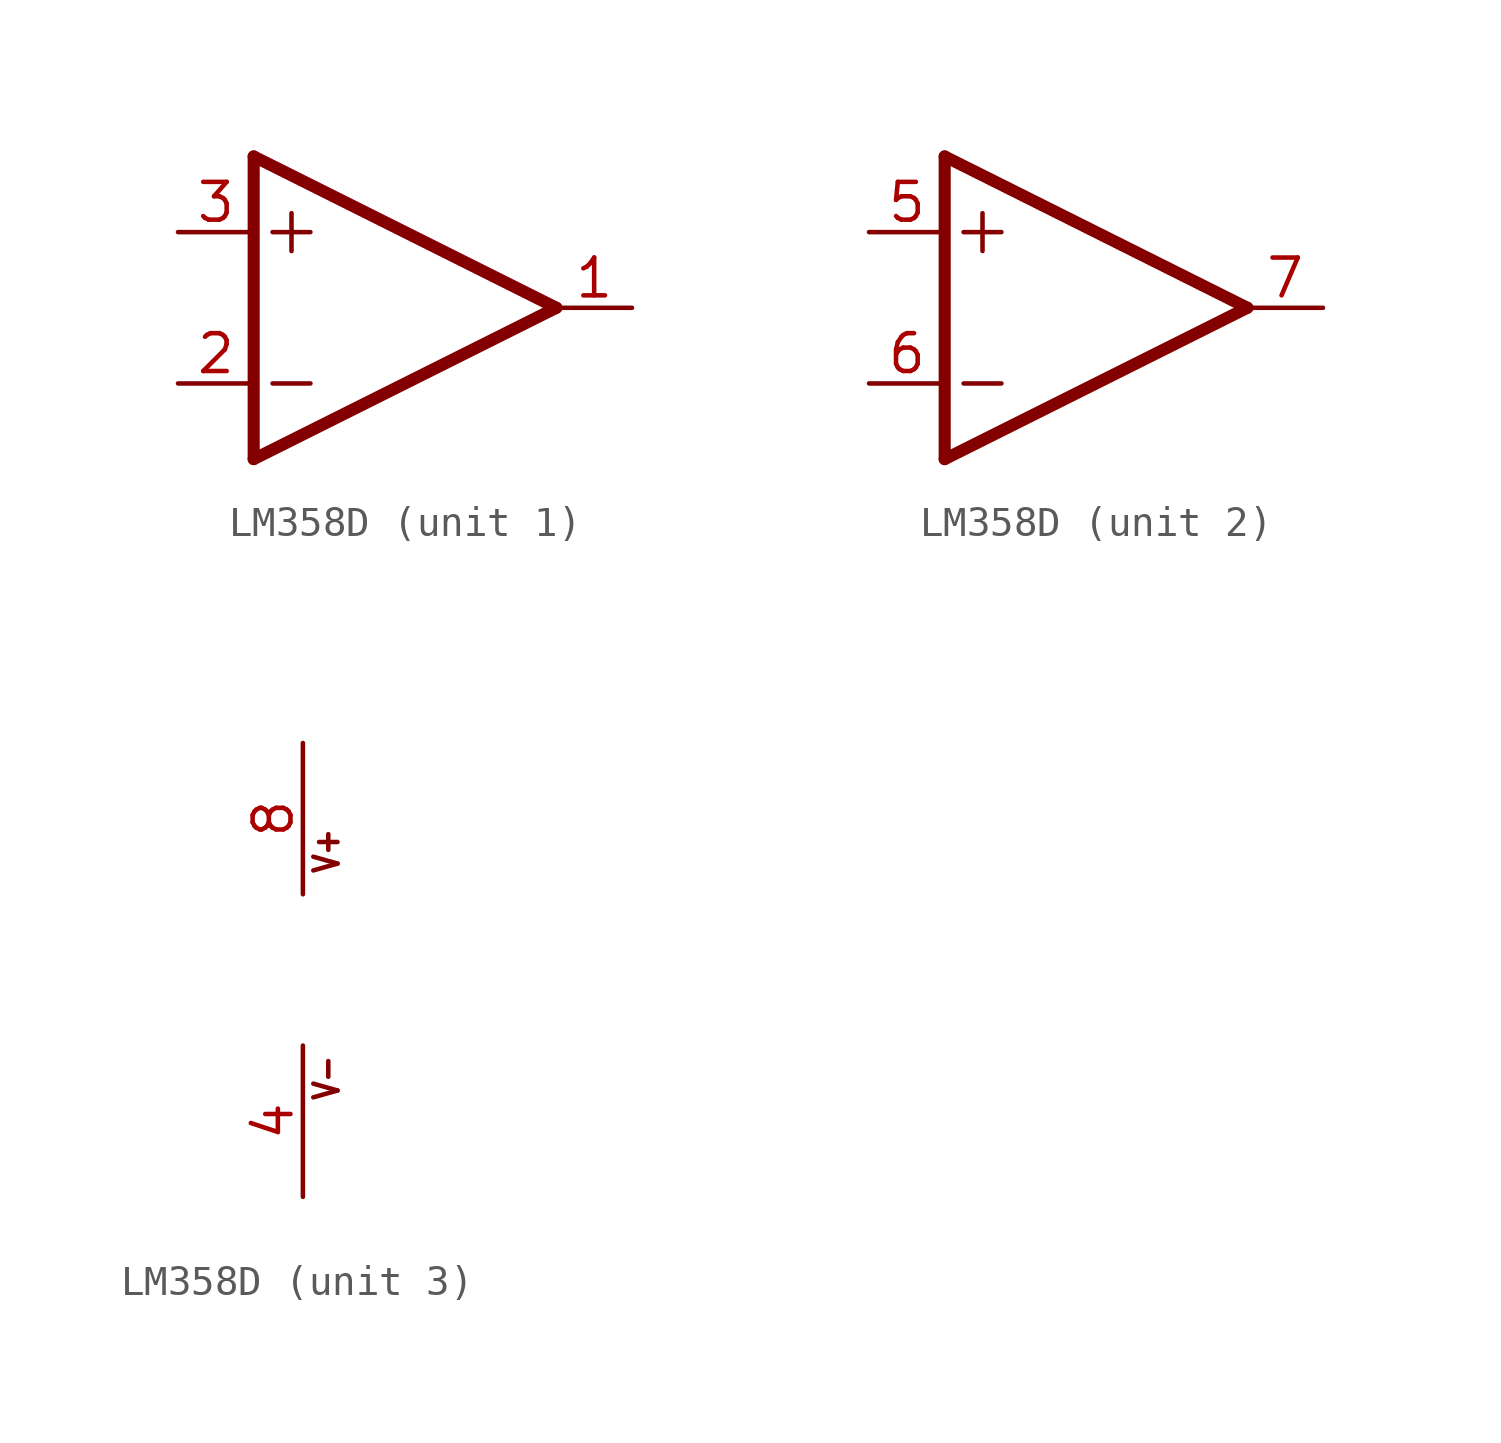
<source format=kicad_sym>
(kicad_symbol_lib
  (version 20211014)
  (generator kicad_symbol_editor)
  (symbol "LM358D"
    (property "Reference" "IC"
      (at 2.54 3.175 0)
      (effects (font (size 1.778 1.511)) (justify left bottom) hide))
    (property "ki_locked" ""
      (at 0 0 0)
      (effects (font (size 1.27 1.27))))
    (symbol "LM358D_1_0"
      (polyline (pts (xy -5.08 -5.08) (xy 5.08 0)) (stroke (width 0.406) (type default) (color 0 0 0 0)) (fill (type none)))
      (polyline (pts (xy -5.08 5.08) (xy -5.08 -5.08)) (stroke (width 0.406) (type default) (color 0 0 0 0)) (fill (type none)))
      (polyline (pts (xy -4.445 -2.54) (xy -3.175 -2.54)) (stroke (width 0.152) (type default) (color 0 0 0 0)) (fill (type none)))
      (polyline (pts (xy -4.445 2.54) (xy -3.175 2.54)) (stroke (width 0.152) (type default) (color 0 0 0 0)) (fill (type none)))
      (polyline (pts (xy -3.81 3.175) (xy -3.81 1.905)) (stroke (width 0.152) (type default) (color 0 0 0 0)) (fill (type none)))
      (polyline (pts (xy 5.08 0) (xy -5.08 5.08)) (stroke (width 0.406) (type default) (color 0 0 0 0)) (fill (type none)))
      (pin output line (at 7.62 0 180) (length 2.54) (name "OUT" (effects (font (size 0 0)))) (number "1" (effects (font (size 1.27 1.27)))))
      (pin input line (at -7.62 -2.54 0) (length 2.54) (name "-IN" (effects (font (size 0 0)))) (number "2" (effects (font (size 1.27 1.27)))))
      (pin input line (at -7.62 2.54 0) (length 2.54) (name "+IN" (effects (font (size 0 0)))) (number "3" (effects (font (size 1.27 1.27))))))
    (symbol "LM358D_2_0"
      (polyline (pts (xy -5.08 -5.08) (xy 5.08 0)) (stroke (width 0.406) (type default) (color 0 0 0 0)) (fill (type none)))
      (polyline (pts (xy -5.08 5.08) (xy -5.08 -5.08)) (stroke (width 0.406) (type default) (color 0 0 0 0)) (fill (type none)))
      (polyline (pts (xy -4.445 -2.54) (xy -3.175 -2.54)) (stroke (width 0.152) (type default) (color 0 0 0 0)) (fill (type none)))
      (polyline (pts (xy -4.445 2.54) (xy -3.175 2.54)) (stroke (width 0.152) (type default) (color 0 0 0 0)) (fill (type none)))
      (polyline (pts (xy -3.81 3.175) (xy -3.81 1.905)) (stroke (width 0.152) (type default) (color 0 0 0 0)) (fill (type none)))
      (polyline (pts (xy 5.08 0) (xy -5.08 5.08)) (stroke (width 0.406) (type default) (color 0 0 0 0)) (fill (type none)))
      (pin input line (at -7.62 2.54 0) (length 2.54) (name "+IN" (effects (font (size 0 0)))) (number "5" (effects (font (size 1.27 1.27)))))
      (pin input line (at -7.62 -2.54 0) (length 2.54) (name "-IN" (effects (font (size 0 0)))) (number "6" (effects (font (size 1.27 1.27)))))
      (pin output line (at 7.62 0 180) (length 2.54) (name "OUT" (effects (font (size 0 0)))) (number "7" (effects (font (size 1.27 1.27))))))
    (symbol "LM358D_3_0"
      (text "V+" (at 1.27 3.175 900) (effects (font (size 0.813 0.691)) (justify left bottom)))
      (text "V-" (at 1.27 -4.445 900) (effects (font (size 0.813 0.691)) (justify left bottom)))
      (pin power_in line (at 0 -7.62 90) (length 5.08) (name "V-" (effects (font (size 0 0)))) (number "4" (effects (font (size 1.27 1.27)))))
      (pin power_in line (at 0 7.62 270) (length 5.08) (name "V+" (effects (font (size 0 0)))) (number "8" (effects (font (size 1.27 1.27))))))))
</source>
